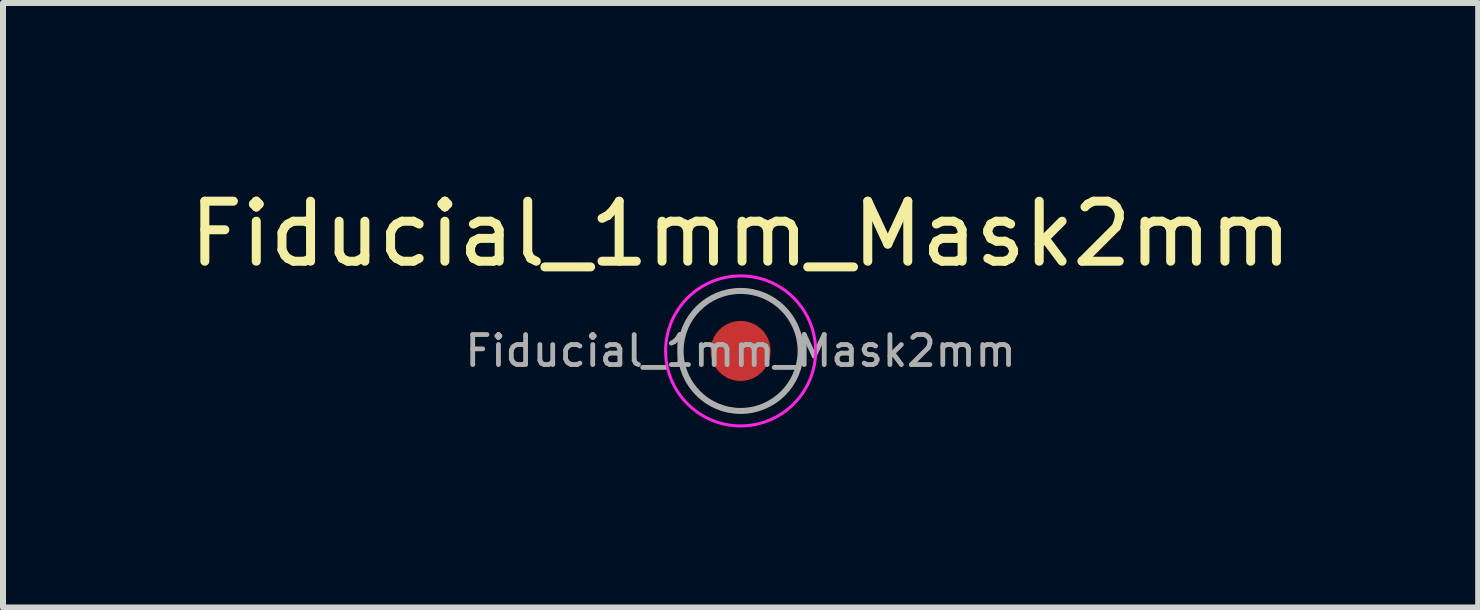
<source format=kicad_pcb>
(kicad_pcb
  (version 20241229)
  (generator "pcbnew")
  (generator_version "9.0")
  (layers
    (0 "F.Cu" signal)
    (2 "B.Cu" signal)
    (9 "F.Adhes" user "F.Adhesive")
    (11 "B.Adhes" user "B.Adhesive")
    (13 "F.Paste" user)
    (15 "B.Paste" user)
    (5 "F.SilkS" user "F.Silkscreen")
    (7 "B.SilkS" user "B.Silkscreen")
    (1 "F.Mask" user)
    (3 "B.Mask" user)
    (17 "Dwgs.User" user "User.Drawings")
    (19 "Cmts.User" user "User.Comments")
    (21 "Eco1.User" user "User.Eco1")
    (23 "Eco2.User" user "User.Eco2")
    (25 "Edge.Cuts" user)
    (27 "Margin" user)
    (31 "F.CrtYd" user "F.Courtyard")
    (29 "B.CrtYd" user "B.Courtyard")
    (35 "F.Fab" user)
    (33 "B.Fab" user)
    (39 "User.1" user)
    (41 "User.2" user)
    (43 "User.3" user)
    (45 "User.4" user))
  (footprint "Fiducial_1mm_Mask2mm"
    (layer "F.Cu")
    (at 9.292 2.798)
    (property "Reference" "Fiducial_1mm_Mask2mm" (at 0 -1.95 0) (layer "F.SilkS") (effects (font (size 1 1) (thickness 0.15))))
    (attr smd exclude_from_bom)
    (fp_circle (center 0 0) (end 1.25 0) (stroke (width 0.05) (type solid)) (fill no) (layer "F.CrtYd"))
    (fp_circle (center 0 0) (end 1 0) (stroke (width 0.1) (type solid)) (fill no) (layer "F.Fab"))
    (fp_text user "${REFERENCE}" (at 0 0 0) (layer "F.Fab") (effects (font (size 0.5 0.5) (thickness 0.08))))
    (pad "" smd circle (at 0 0) (size 1 1) (property pad_prop_fiducial_glob) (layers "F.Cu" "F.Mask")))
  (gr_rect
    (start -3 -3)
    (end 21.583 7.073)
    (stroke (width 0.1) (type default))
    (fill no)
    (layer "Edge.Cuts")))
</source>
